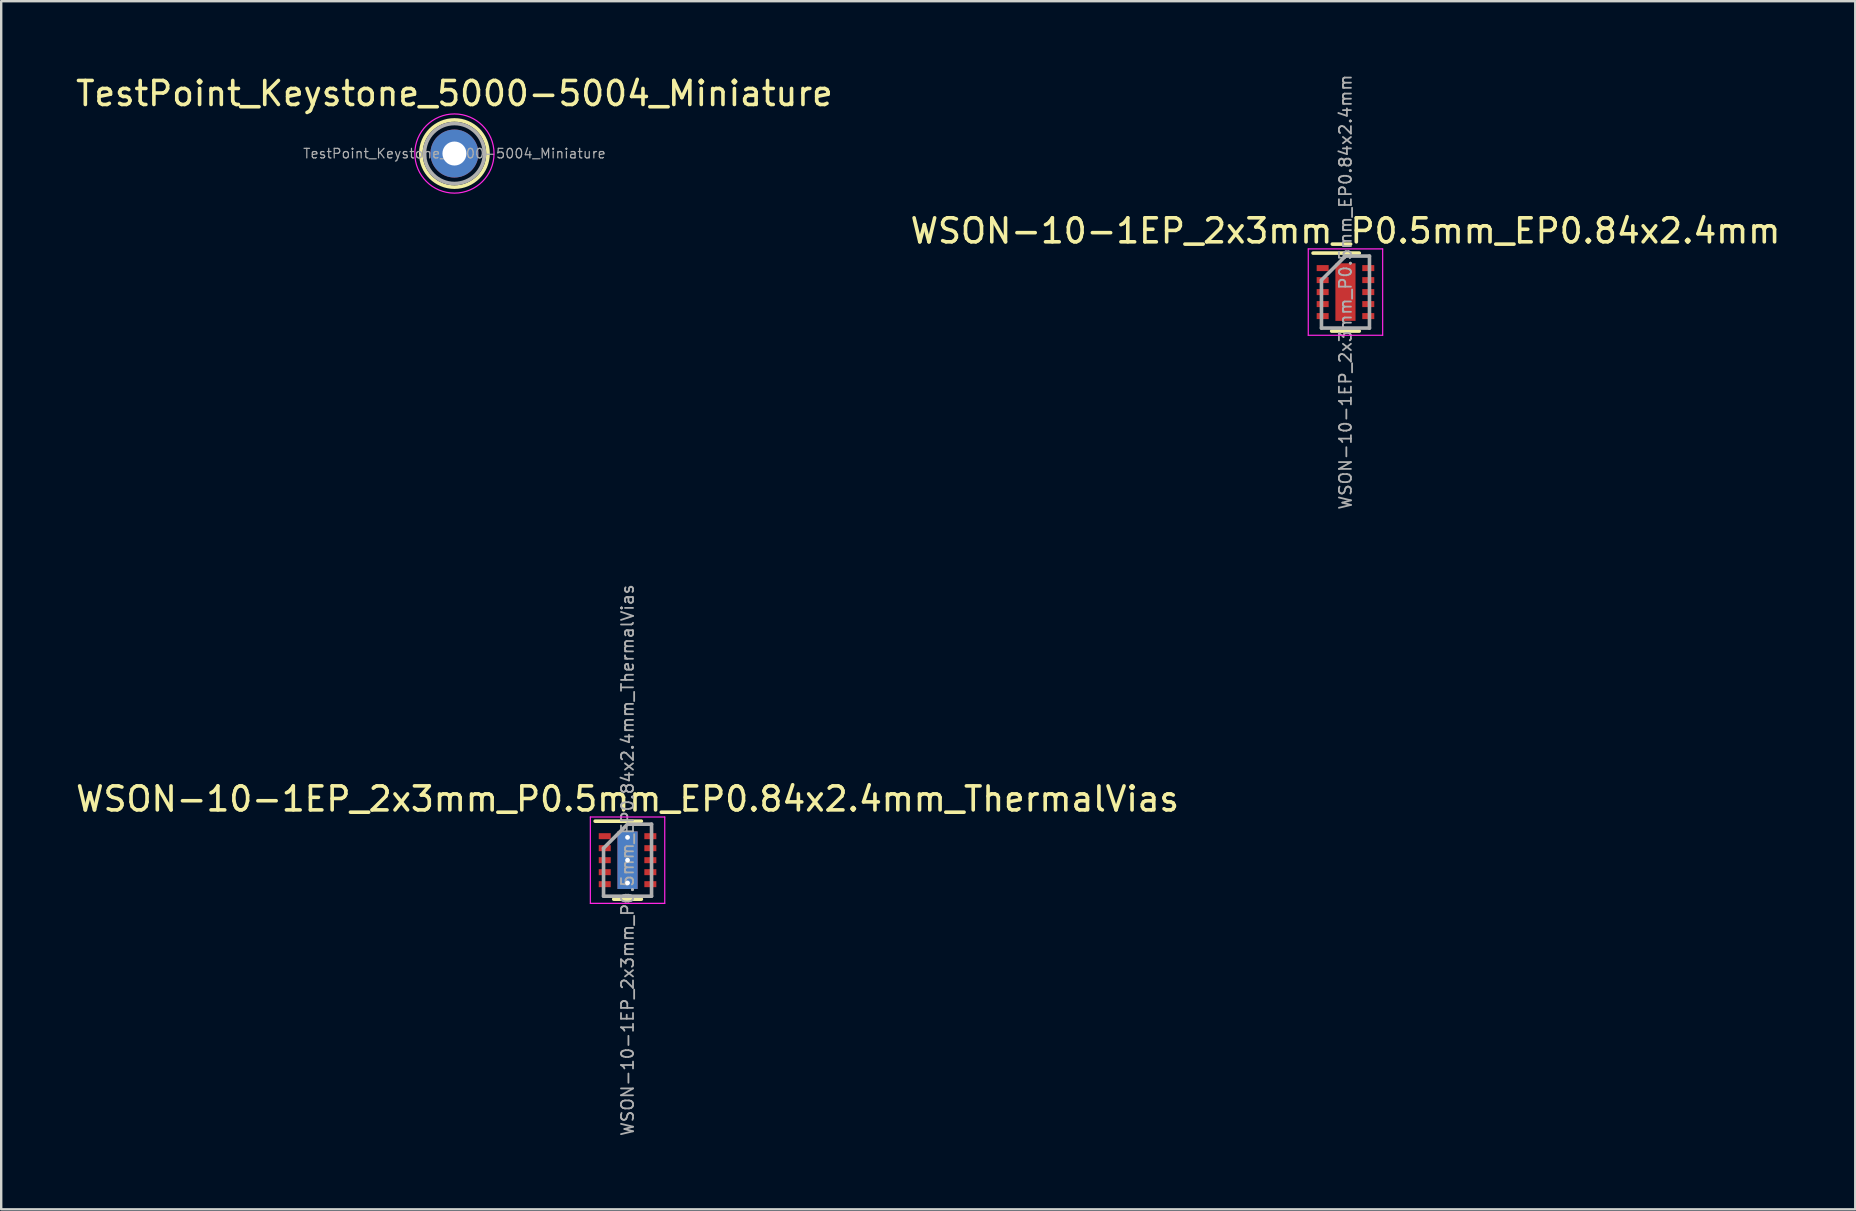
<source format=kicad_pcb>
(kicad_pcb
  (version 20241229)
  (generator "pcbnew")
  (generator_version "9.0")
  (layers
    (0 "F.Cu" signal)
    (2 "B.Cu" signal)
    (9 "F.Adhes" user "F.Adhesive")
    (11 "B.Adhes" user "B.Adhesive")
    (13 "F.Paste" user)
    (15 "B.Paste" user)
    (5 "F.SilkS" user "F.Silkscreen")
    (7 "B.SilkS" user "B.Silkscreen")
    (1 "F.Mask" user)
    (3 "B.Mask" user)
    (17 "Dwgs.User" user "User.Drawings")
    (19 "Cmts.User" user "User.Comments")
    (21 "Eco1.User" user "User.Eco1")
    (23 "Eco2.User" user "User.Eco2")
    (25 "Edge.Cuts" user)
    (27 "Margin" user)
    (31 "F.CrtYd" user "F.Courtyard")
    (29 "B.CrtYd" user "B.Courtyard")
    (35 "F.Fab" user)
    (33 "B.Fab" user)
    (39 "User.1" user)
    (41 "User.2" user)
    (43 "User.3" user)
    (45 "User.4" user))
  (footprint "TestPoint_Keystone_5000-5004_Miniature"
    (layer "F.Cu")
    (at 15.887 3.348)
    (property "Reference" "TestPoint_Keystone_5000-5004_Miniature" (at 0 -2.5 0) (layer "F.SilkS") (effects (font (size 1 1) (thickness 0.15))))
    (attr through_hole)
    (fp_circle (center 0 0) (end 1.4 0) (stroke (width 0.15) (type solid)) (fill no) (layer "F.SilkS"))
    (fp_circle (center 0 0) (end 1.65 0) (stroke (width 0.05) (type solid)) (fill no) (layer "F.CrtYd"))
    (fp_circle (center 0 0) (end 1.25 0) (stroke (width 0.15) (type solid)) (fill no) (layer "F.Fab"))
    (fp_text user "${REFERENCE}" (at 0 0 0) (layer "F.Fab") (effects (font (size 0.4 0.4) (thickness 0.05))))
    (pad "1" thru_hole circle (at 0 0) (size 2 2) (drill 1) (layers "*.Cu" "*.Mask")))
  (footprint "WSON-10-1EP_2x3mm_P0.5mm_EP0.84x2.4mm_ThermalVias"
    (layer "F.Cu")
    (at 23.101 32.795)
    (property "Reference" "WSON-10-1EP_2x3mm_P0.5mm_EP0.84x2.4mm_ThermalVias" (at 0 -2.55 0) (layer "F.SilkS") (effects (font (size 1 1) (thickness 0.15))))
    (attr smd)
    (fp_line (start -1.35 -1.625) (end 0.575 -1.625) (stroke (width 0.15) (type solid)) (layer "F.SilkS"))
    (fp_line (start -0.575 1.625) (end 0.575 1.625) (stroke (width 0.15) (type solid)) (layer "F.SilkS"))
    (fp_line (start -1.55 -1.8) (end -1.55 1.8) (stroke (width 0.05) (type solid)) (layer "F.CrtYd"))
    (fp_line (start -1.55 -1.8) (end 1.55 -1.8) (stroke (width 0.05) (type solid)) (layer "F.CrtYd"))
    (fp_line (start -1.55 1.8) (end 1.55 1.8) (stroke (width 0.05) (type solid)) (layer "F.CrtYd"))
    (fp_line (start 1.55 -1.8) (end 1.55 1.8) (stroke (width 0.05) (type solid)) (layer "F.CrtYd"))
    (fp_line (start -1 -0.5) (end 0 -1.5) (stroke (width 0.15) (type solid)) (layer "F.Fab"))
    (fp_line (start -1 1.5) (end -1 -0.5) (stroke (width 0.15) (type solid)) (layer "F.Fab"))
    (fp_line (start 0 -1.5) (end 1 -1.5) (stroke (width 0.15) (type solid)) (layer "F.Fab"))
    (fp_line (start 1 -1.5) (end 1 1.5) (stroke (width 0.15) (type solid)) (layer "F.Fab"))
    (fp_line (start 1 1.5) (end -1 1.5) (stroke (width 0.15) (type solid)) (layer "F.Fab"))
    (fp_text user "${REFERENCE}" (at 0 0 90) (layer "F.Fab") (effects (font (size 0.5 0.5) (thickness 0.075))))
    (pad "" smd rect (at 0 -0.475) (size 0.65 0.7) (layers "F.Paste"))
    (pad "" smd rect (at 0 0.475) (size 0.65 0.7) (layers "F.Paste"))
    (pad "1" smd rect (at -0.95 -1) (size 0.5 0.25) (layers "F.Cu" "F.Mask" "F.Paste"))
    (pad "2" smd rect (at -0.95 -0.5) (size 0.5 0.25) (layers "F.Cu" "F.Mask" "F.Paste"))
    (pad "3" smd rect (at -0.95 0) (size 0.5 0.25) (layers "F.Cu" "F.Mask" "F.Paste"))
    (pad "4" smd rect (at -0.95 0.5) (size 0.5 0.25) (layers "F.Cu" "F.Mask" "F.Paste"))
    (pad "5" smd rect (at -0.95 1) (size 0.5 0.25) (layers "F.Cu" "F.Mask" "F.Paste"))
    (pad "6" smd rect (at 0.95 1) (size 0.5 0.25) (layers "F.Cu" "F.Mask" "F.Paste"))
    (pad "7" smd rect (at 0.95 0.5) (size 0.5 0.25) (layers "F.Cu" "F.Mask" "F.Paste"))
    (pad "8" smd rect (at 0.95 0) (size 0.5 0.25) (layers "F.Cu" "F.Mask" "F.Paste"))
    (pad "9" smd rect (at 0.95 -0.5) (size 0.5 0.25) (layers "F.Cu" "F.Mask" "F.Paste"))
    (pad "10" smd rect (at 0.95 -1) (size 0.5 0.25) (layers "F.Cu" "F.Mask" "F.Paste"))
    (pad "11" thru_hole circle (at 0 -0.95) (size 0.5 0.5) (drill 0.2) (layers "*.Cu" "F.Mask"))
    (pad "11" thru_hole circle (at 0 0) (size 0.5 0.5) (drill 0.2) (layers "*.Cu" "F.Mask"))
    (pad "11" smd rect (at 0 0) (size 0.84 2.4) (layers "F.Cu" "F.Mask"))
    (pad "11" smd rect (at 0 0) (size 0.84 2.4) (layers "B.Cu"))
    (pad "11" thru_hole circle (at 0 0.95) (size 0.5 0.5) (drill 0.2) (layers "*.Cu" "F.Mask")))
  (footprint "WSON-10-1EP_2x3mm_P0.5mm_EP0.84x2.4mm"
    (layer "F.Cu")
    (at 53.018 9.122)
    (property "Reference" "WSON-10-1EP_2x3mm_P0.5mm_EP0.84x2.4mm" (at 0 -2.55 0) (layer "F.SilkS") (effects (font (size 1 1) (thickness 0.15))))
    (attr smd)
    (fp_line (start -1.35 -1.625) (end 0.575 -1.625) (stroke (width 0.15) (type solid)) (layer "F.SilkS"))
    (fp_line (start -0.575 1.625) (end 0.575 1.625) (stroke (width 0.15) (type solid)) (layer "F.SilkS"))
    (fp_line (start -1.55 -1.8) (end -1.55 1.8) (stroke (width 0.05) (type solid)) (layer "F.CrtYd"))
    (fp_line (start -1.55 -1.8) (end 1.55 -1.8) (stroke (width 0.05) (type solid)) (layer "F.CrtYd"))
    (fp_line (start -1.55 1.8) (end 1.55 1.8) (stroke (width 0.05) (type solid)) (layer "F.CrtYd"))
    (fp_line (start 1.55 -1.8) (end 1.55 1.8) (stroke (width 0.05) (type solid)) (layer "F.CrtYd"))
    (fp_line (start -1 -0.5) (end 0 -1.5) (stroke (width 0.15) (type solid)) (layer "F.Fab"))
    (fp_line (start -1 1.5) (end -1 -0.5) (stroke (width 0.15) (type solid)) (layer "F.Fab"))
    (fp_line (start 0 -1.5) (end 1 -1.5) (stroke (width 0.15) (type solid)) (layer "F.Fab"))
    (fp_line (start 1 -1.5) (end 1 1.5) (stroke (width 0.15) (type solid)) (layer "F.Fab"))
    (fp_line (start 1 1.5) (end -1 1.5) (stroke (width 0.15) (type solid)) (layer "F.Fab"))
    (fp_text user "${REFERENCE}" (at 0 0 90) (layer "F.Fab") (effects (font (size 0.5 0.5) (thickness 0.075))))
    (pad "" smd rect (at 0 -0.8) (size 0.65 0.61) (layers "F.Paste"))
    (pad "" smd rect (at 0 0) (size 0.65 0.61) (layers "F.Paste"))
    (pad "" smd rect (at 0 0.8) (size 0.65 0.61) (layers "F.Paste"))
    (pad "1" smd rect (at -0.95 -1) (size 0.5 0.25) (layers "F.Cu" "F.Mask" "F.Paste"))
    (pad "2" smd rect (at -0.95 -0.5) (size 0.5 0.25) (layers "F.Cu" "F.Mask" "F.Paste"))
    (pad "3" smd rect (at -0.95 0) (size 0.5 0.25) (layers "F.Cu" "F.Mask" "F.Paste"))
    (pad "4" smd rect (at -0.95 0.5) (size 0.5 0.25) (layers "F.Cu" "F.Mask" "F.Paste"))
    (pad "5" smd rect (at -0.95 1) (size 0.5 0.25) (layers "F.Cu" "F.Mask" "F.Paste"))
    (pad "6" smd rect (at 0.95 1) (size 0.5 0.25) (layers "F.Cu" "F.Mask" "F.Paste"))
    (pad "7" smd rect (at 0.95 0.5) (size 0.5 0.25) (layers "F.Cu" "F.Mask" "F.Paste"))
    (pad "8" smd rect (at 0.95 0) (size 0.5 0.25) (layers "F.Cu" "F.Mask" "F.Paste"))
    (pad "9" smd rect (at 0.95 -0.5) (size 0.5 0.25) (layers "F.Cu" "F.Mask" "F.Paste"))
    (pad "10" smd rect (at 0.95 -1) (size 0.5 0.25) (layers "F.Cu" "F.Mask" "F.Paste"))
    (pad "11" smd rect (at 0 0) (size 0.84 2.4) (layers "F.Cu" "F.Mask")))
  (gr_rect
    (start -3 -3)
    (end 74.262 47.345)
    (stroke (width 0.1) (type default))
    (fill no)
    (layer "Edge.Cuts")))
</source>
